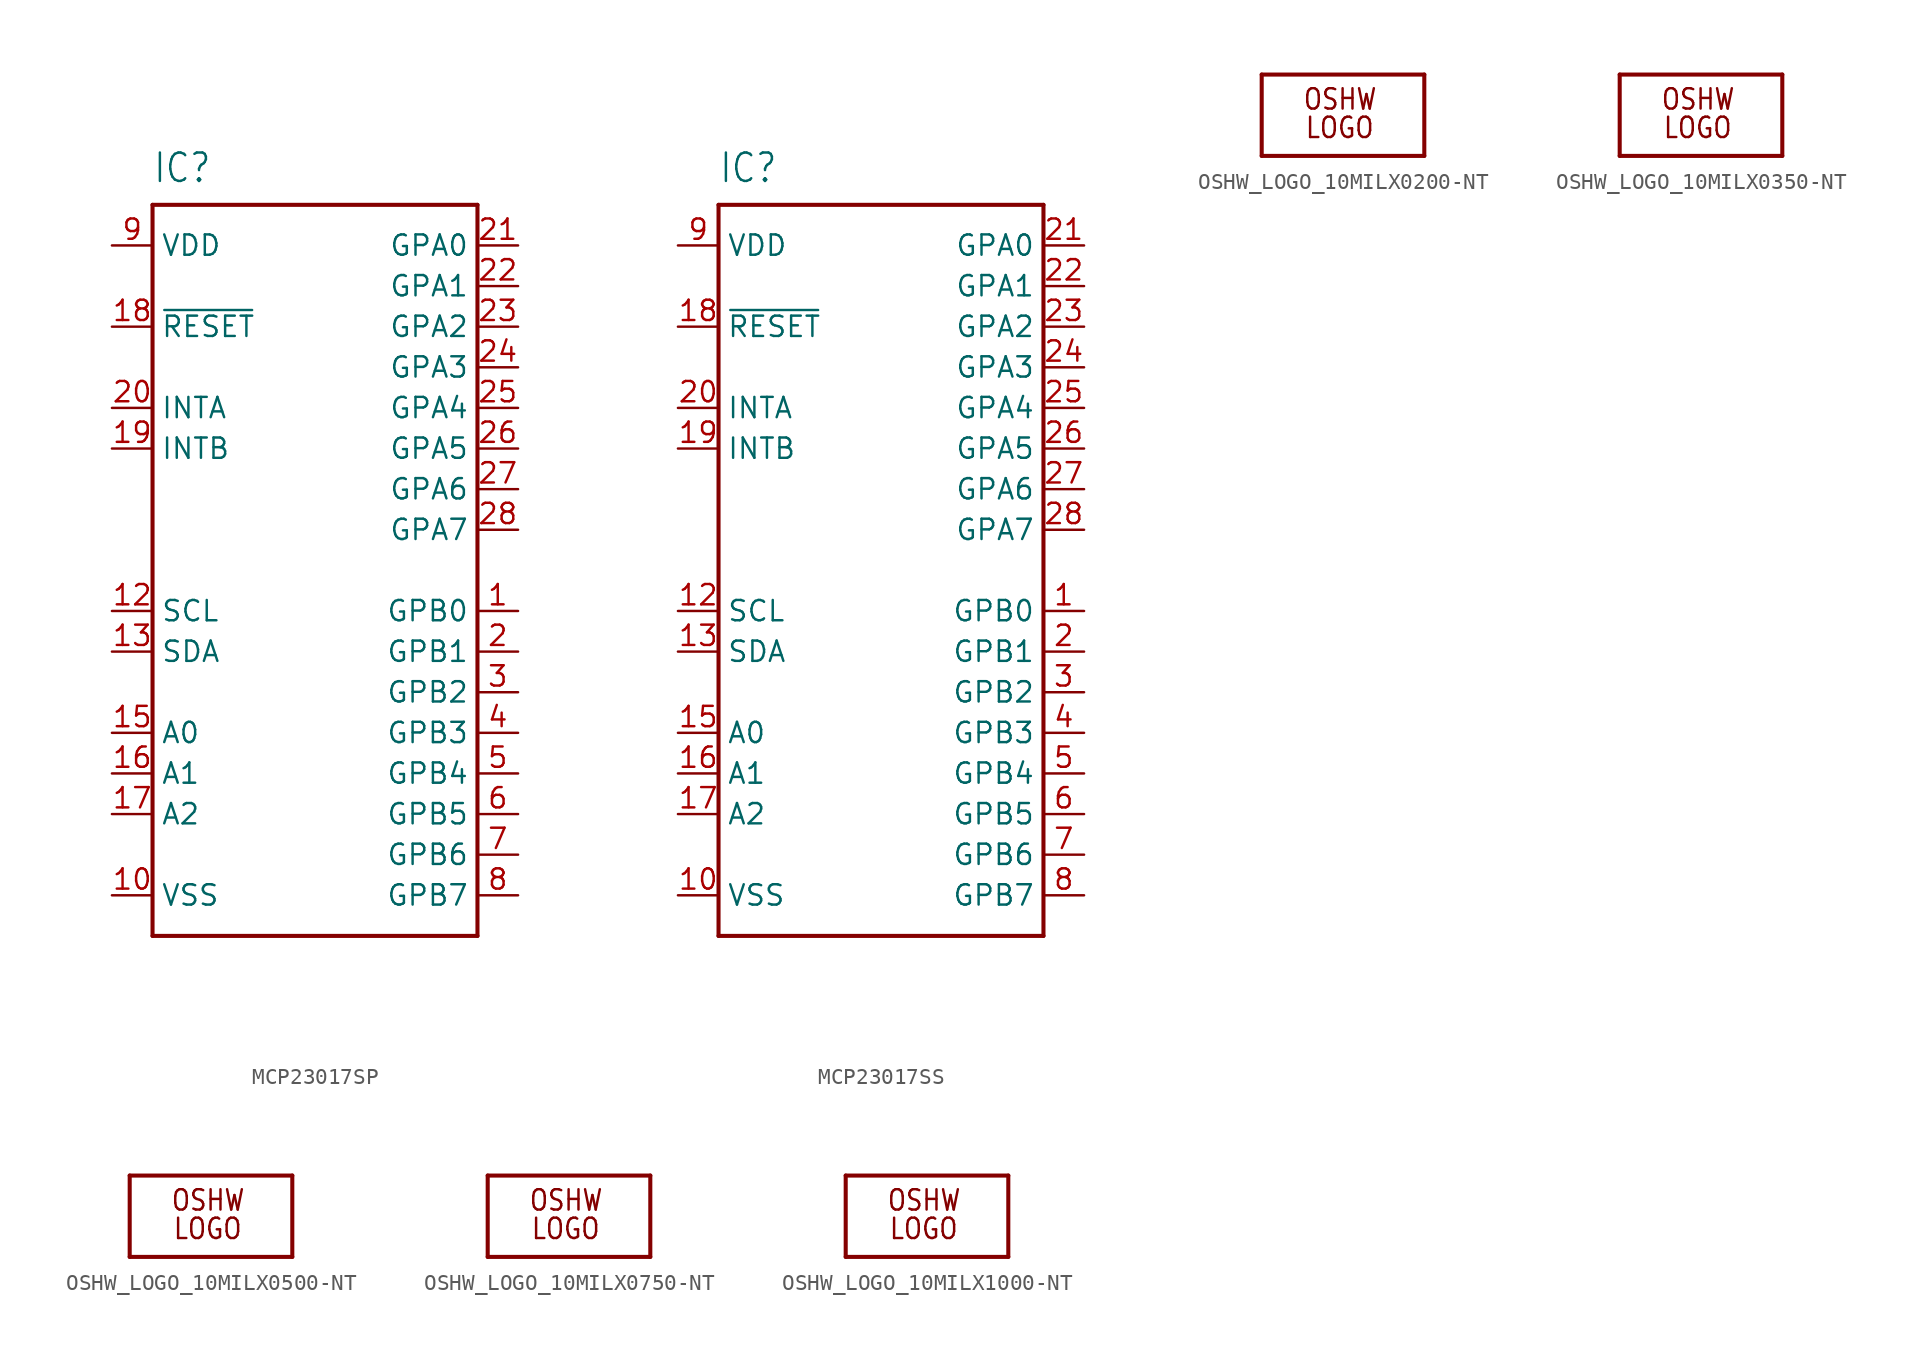
<source format=kicad_sym>
(kicad_symbol_lib
  (version 20220914)
  (generator kicad_symbol_editor)
  (symbol "MCP23017SP"
    (property "Reference" "IC"
      (at -10.16 24.13 0)
      (effects (font (size 1.778 1.511)) (justify left bottom)))
    (property "Value" ""
      (at -10.16 -25.4 0)
      (effects (font (size 1.778 1.511)) (justify left bottom)))
    (property "ki_locked" ""
      (at 0 0 0)
      (effects (font (size 1.27 1.27))))
    (symbol "MCP23017SP_1_0"
      (polyline (pts (xy -10.16 -22.86) (xy -10.16 22.86)) (stroke (width 0.254) (type solid)) (fill (type none)))
      (polyline (pts (xy -10.16 22.86) (xy 10.16 22.86)) (stroke (width 0.254) (type solid)) (fill (type none)))
      (polyline (pts (xy 10.16 -22.86) (xy -10.16 -22.86)) (stroke (width 0.254) (type solid)) (fill (type none)))
      (polyline (pts (xy 10.16 22.86) (xy 10.16 -22.86)) (stroke (width 0.254) (type solid)) (fill (type none)))
      (pin bidirectional line (at 12.7 -2.54 180) (length 2.54) (name "GPB0" (effects (font (size 1.27 1.27)))) (number "1" (effects (font (size 1.27 1.27)))))
      (pin power_in line (at -12.7 -20.32 0) (length 2.54) (name "VSS" (effects (font (size 1.27 1.27)))) (number "10" (effects (font (size 1.27 1.27)))))
      (pin input line (at -12.7 -2.54 0) (length 2.54) (name "SCL" (effects (font (size 1.27 1.27)))) (number "12" (effects (font (size 1.27 1.27)))))
      (pin bidirectional line (at -12.7 -5.08 0) (length 2.54) (name "SDA" (effects (font (size 1.27 1.27)))) (number "13" (effects (font (size 1.27 1.27)))))
      (pin input line (at -12.7 -10.16 0) (length 2.54) (name "A0" (effects (font (size 1.27 1.27)))) (number "15" (effects (font (size 1.27 1.27)))))
      (pin input line (at -12.7 -12.7 0) (length 2.54) (name "A1" (effects (font (size 1.27 1.27)))) (number "16" (effects (font (size 1.27 1.27)))))
      (pin input line (at -12.7 -15.24 0) (length 2.54) (name "A2" (effects (font (size 1.27 1.27)))) (number "17" (effects (font (size 1.27 1.27)))))
      (pin input line (at -12.7 15.24 0) (length 2.54) (name "~{RESET}" (effects (font (size 1.27 1.27)))) (number "18" (effects (font (size 1.27 1.27)))))
      (pin output line (at -12.7 7.62 0) (length 2.54) (name "INTB" (effects (font (size 1.27 1.27)))) (number "19" (effects (font (size 1.27 1.27)))))
      (pin bidirectional line (at 12.7 -5.08 180) (length 2.54) (name "GPB1" (effects (font (size 1.27 1.27)))) (number "2" (effects (font (size 1.27 1.27)))))
      (pin output line (at -12.7 10.16 0) (length 2.54) (name "INTA" (effects (font (size 1.27 1.27)))) (number "20" (effects (font (size 1.27 1.27)))))
      (pin bidirectional line (at 12.7 20.32 180) (length 2.54) (name "GPA0" (effects (font (size 1.27 1.27)))) (number "21" (effects (font (size 1.27 1.27)))))
      (pin bidirectional line (at 12.7 17.78 180) (length 2.54) (name "GPA1" (effects (font (size 1.27 1.27)))) (number "22" (effects (font (size 1.27 1.27)))))
      (pin bidirectional line (at 12.7 15.24 180) (length 2.54) (name "GPA2" (effects (font (size 1.27 1.27)))) (number "23" (effects (font (size 1.27 1.27)))))
      (pin bidirectional line (at 12.7 12.7 180) (length 2.54) (name "GPA3" (effects (font (size 1.27 1.27)))) (number "24" (effects (font (size 1.27 1.27)))))
      (pin bidirectional line (at 12.7 10.16 180) (length 2.54) (name "GPA4" (effects (font (size 1.27 1.27)))) (number "25" (effects (font (size 1.27 1.27)))))
      (pin bidirectional line (at 12.7 7.62 180) (length 2.54) (name "GPA5" (effects (font (size 1.27 1.27)))) (number "26" (effects (font (size 1.27 1.27)))))
      (pin bidirectional line (at 12.7 5.08 180) (length 2.54) (name "GPA6" (effects (font (size 1.27 1.27)))) (number "27" (effects (font (size 1.27 1.27)))))
      (pin bidirectional line (at 12.7 2.54 180) (length 2.54) (name "GPA7" (effects (font (size 1.27 1.27)))) (number "28" (effects (font (size 1.27 1.27)))))
      (pin bidirectional line (at 12.7 -7.62 180) (length 2.54) (name "GPB2" (effects (font (size 1.27 1.27)))) (number "3" (effects (font (size 1.27 1.27)))))
      (pin bidirectional line (at 12.7 -10.16 180) (length 2.54) (name "GPB3" (effects (font (size 1.27 1.27)))) (number "4" (effects (font (size 1.27 1.27)))))
      (pin bidirectional line (at 12.7 -12.7 180) (length 2.54) (name "GPB4" (effects (font (size 1.27 1.27)))) (number "5" (effects (font (size 1.27 1.27)))))
      (pin bidirectional line (at 12.7 -15.24 180) (length 2.54) (name "GPB5" (effects (font (size 1.27 1.27)))) (number "6" (effects (font (size 1.27 1.27)))))
      (pin bidirectional line (at 12.7 -17.78 180) (length 2.54) (name "GPB6" (effects (font (size 1.27 1.27)))) (number "7" (effects (font (size 1.27 1.27)))))
      (pin bidirectional line (at 12.7 -20.32 180) (length 2.54) (name "GPB7" (effects (font (size 1.27 1.27)))) (number "8" (effects (font (size 1.27 1.27)))))
      (pin power_in line (at -12.7 20.32 0) (length 2.54) (name "VDD" (effects (font (size 1.27 1.27)))) (number "9" (effects (font (size 1.27 1.27)))))))
  (symbol "MCP23017SS"
    (property "Reference" "IC"
      (at -10.16 24.13 0)
      (effects (font (size 1.778 1.511)) (justify left bottom)))
    (property "Value" ""
      (at -10.16 -25.4 0)
      (effects (font (size 1.778 1.511)) (justify left bottom)))
    (property "ki_locked" ""
      (at 0 0 0)
      (effects (font (size 1.27 1.27))))
    (symbol "MCP23017SS_1_0"
      (polyline (pts (xy -10.16 -22.86) (xy -10.16 22.86)) (stroke (width 0.254) (type solid)) (fill (type none)))
      (polyline (pts (xy -10.16 22.86) (xy 10.16 22.86)) (stroke (width 0.254) (type solid)) (fill (type none)))
      (polyline (pts (xy 10.16 -22.86) (xy -10.16 -22.86)) (stroke (width 0.254) (type solid)) (fill (type none)))
      (polyline (pts (xy 10.16 22.86) (xy 10.16 -22.86)) (stroke (width 0.254) (type solid)) (fill (type none)))
      (pin bidirectional line (at 12.7 -2.54 180) (length 2.54) (name "GPB0" (effects (font (size 1.27 1.27)))) (number "1" (effects (font (size 1.27 1.27)))))
      (pin power_in line (at -12.7 -20.32 0) (length 2.54) (name "VSS" (effects (font (size 1.27 1.27)))) (number "10" (effects (font (size 1.27 1.27)))))
      (pin input line (at -12.7 -2.54 0) (length 2.54) (name "SCL" (effects (font (size 1.27 1.27)))) (number "12" (effects (font (size 1.27 1.27)))))
      (pin bidirectional line (at -12.7 -5.08 0) (length 2.54) (name "SDA" (effects (font (size 1.27 1.27)))) (number "13" (effects (font (size 1.27 1.27)))))
      (pin input line (at -12.7 -10.16 0) (length 2.54) (name "A0" (effects (font (size 1.27 1.27)))) (number "15" (effects (font (size 1.27 1.27)))))
      (pin input line (at -12.7 -12.7 0) (length 2.54) (name "A1" (effects (font (size 1.27 1.27)))) (number "16" (effects (font (size 1.27 1.27)))))
      (pin input line (at -12.7 -15.24 0) (length 2.54) (name "A2" (effects (font (size 1.27 1.27)))) (number "17" (effects (font (size 1.27 1.27)))))
      (pin input line (at -12.7 15.24 0) (length 2.54) (name "~{RESET}" (effects (font (size 1.27 1.27)))) (number "18" (effects (font (size 1.27 1.27)))))
      (pin output line (at -12.7 7.62 0) (length 2.54) (name "INTB" (effects (font (size 1.27 1.27)))) (number "19" (effects (font (size 1.27 1.27)))))
      (pin bidirectional line (at 12.7 -5.08 180) (length 2.54) (name "GPB1" (effects (font (size 1.27 1.27)))) (number "2" (effects (font (size 1.27 1.27)))))
      (pin output line (at -12.7 10.16 0) (length 2.54) (name "INTA" (effects (font (size 1.27 1.27)))) (number "20" (effects (font (size 1.27 1.27)))))
      (pin bidirectional line (at 12.7 20.32 180) (length 2.54) (name "GPA0" (effects (font (size 1.27 1.27)))) (number "21" (effects (font (size 1.27 1.27)))))
      (pin bidirectional line (at 12.7 17.78 180) (length 2.54) (name "GPA1" (effects (font (size 1.27 1.27)))) (number "22" (effects (font (size 1.27 1.27)))))
      (pin bidirectional line (at 12.7 15.24 180) (length 2.54) (name "GPA2" (effects (font (size 1.27 1.27)))) (number "23" (effects (font (size 1.27 1.27)))))
      (pin bidirectional line (at 12.7 12.7 180) (length 2.54) (name "GPA3" (effects (font (size 1.27 1.27)))) (number "24" (effects (font (size 1.27 1.27)))))
      (pin bidirectional line (at 12.7 10.16 180) (length 2.54) (name "GPA4" (effects (font (size 1.27 1.27)))) (number "25" (effects (font (size 1.27 1.27)))))
      (pin bidirectional line (at 12.7 7.62 180) (length 2.54) (name "GPA5" (effects (font (size 1.27 1.27)))) (number "26" (effects (font (size 1.27 1.27)))))
      (pin bidirectional line (at 12.7 5.08 180) (length 2.54) (name "GPA6" (effects (font (size 1.27 1.27)))) (number "27" (effects (font (size 1.27 1.27)))))
      (pin bidirectional line (at 12.7 2.54 180) (length 2.54) (name "GPA7" (effects (font (size 1.27 1.27)))) (number "28" (effects (font (size 1.27 1.27)))))
      (pin bidirectional line (at 12.7 -7.62 180) (length 2.54) (name "GPB2" (effects (font (size 1.27 1.27)))) (number "3" (effects (font (size 1.27 1.27)))))
      (pin bidirectional line (at 12.7 -10.16 180) (length 2.54) (name "GPB3" (effects (font (size 1.27 1.27)))) (number "4" (effects (font (size 1.27 1.27)))))
      (pin bidirectional line (at 12.7 -12.7 180) (length 2.54) (name "GPB4" (effects (font (size 1.27 1.27)))) (number "5" (effects (font (size 1.27 1.27)))))
      (pin bidirectional line (at 12.7 -15.24 180) (length 2.54) (name "GPB5" (effects (font (size 1.27 1.27)))) (number "6" (effects (font (size 1.27 1.27)))))
      (pin bidirectional line (at 12.7 -17.78 180) (length 2.54) (name "GPB6" (effects (font (size 1.27 1.27)))) (number "7" (effects (font (size 1.27 1.27)))))
      (pin bidirectional line (at 12.7 -20.32 180) (length 2.54) (name "GPB7" (effects (font (size 1.27 1.27)))) (number "8" (effects (font (size 1.27 1.27)))))
      (pin power_in line (at -12.7 20.32 0) (length 2.54) (name "VDD" (effects (font (size 1.27 1.27)))) (number "9" (effects (font (size 1.27 1.27)))))))
  (symbol "OSHW_LOGO_10MILX0200-NT"
    (property "Reference" "LOGO"
      (at 0 0 0)
      (effects (font (size 1.27 1.27)) hide))
    (property "ki_locked" ""
      (at 0 0 0)
      (effects (font (size 1.27 1.27))))
    (symbol "OSHW_LOGO_10MILX0200-NT_1_0"
      (polyline (pts (xy -5.08 -2.54) (xy -5.08 2.54)) (stroke (width 0.254) (type solid)) (fill (type none)))
      (polyline (pts (xy -5.08 2.54) (xy 5.08 2.54)) (stroke (width 0.254) (type solid)) (fill (type none)))
      (polyline (pts (xy 5.08 -2.54) (xy -5.08 -2.54)) (stroke (width 0.254) (type solid)) (fill (type none)))
      (polyline (pts (xy 5.08 2.54) (xy 5.08 -2.54)) (stroke (width 0.254) (type solid)) (fill (type none)))
      (text "LOGO" (at -2.413 -1.524 0) (effects (font (size 1.27 1.079)) (justify left bottom)))
      (text "OSHW" (at -2.54 0.254 0) (effects (font (size 1.27 1.079)) (justify left bottom)))))
  (symbol "OSHW_LOGO_10MILX0350-NT"
    (property "Reference" "LOGO"
      (at 0 0 0)
      (effects (font (size 1.27 1.27)) hide))
    (property "ki_locked" ""
      (at 0 0 0)
      (effects (font (size 1.27 1.27))))
    (symbol "OSHW_LOGO_10MILX0350-NT_1_0"
      (polyline (pts (xy -5.08 -2.54) (xy -5.08 2.54)) (stroke (width 0.254) (type solid)) (fill (type none)))
      (polyline (pts (xy -5.08 2.54) (xy 5.08 2.54)) (stroke (width 0.254) (type solid)) (fill (type none)))
      (polyline (pts (xy 5.08 -2.54) (xy -5.08 -2.54)) (stroke (width 0.254) (type solid)) (fill (type none)))
      (polyline (pts (xy 5.08 2.54) (xy 5.08 -2.54)) (stroke (width 0.254) (type solid)) (fill (type none)))
      (text "LOGO" (at -2.413 -1.524 0) (effects (font (size 1.27 1.079)) (justify left bottom)))
      (text "OSHW" (at -2.54 0.254 0) (effects (font (size 1.27 1.079)) (justify left bottom)))))
  (symbol "OSHW_LOGO_10MILX0500-NT"
    (property "Reference" "LOGO"
      (at 0 0 0)
      (effects (font (size 1.27 1.27)) hide))
    (property "ki_locked" ""
      (at 0 0 0)
      (effects (font (size 1.27 1.27))))
    (symbol "OSHW_LOGO_10MILX0500-NT_1_0"
      (polyline (pts (xy -5.08 -2.54) (xy -5.08 2.54)) (stroke (width 0.254) (type solid)) (fill (type none)))
      (polyline (pts (xy -5.08 2.54) (xy 5.08 2.54)) (stroke (width 0.254) (type solid)) (fill (type none)))
      (polyline (pts (xy 5.08 -2.54) (xy -5.08 -2.54)) (stroke (width 0.254) (type solid)) (fill (type none)))
      (polyline (pts (xy 5.08 2.54) (xy 5.08 -2.54)) (stroke (width 0.254) (type solid)) (fill (type none)))
      (text "LOGO" (at -2.413 -1.524 0) (effects (font (size 1.27 1.079)) (justify left bottom)))
      (text "OSHW" (at -2.54 0.254 0) (effects (font (size 1.27 1.079)) (justify left bottom)))))
  (symbol "OSHW_LOGO_10MILX0750-NT"
    (property "Reference" "LOGO"
      (at 0 0 0)
      (effects (font (size 1.27 1.27)) hide))
    (property "ki_locked" ""
      (at 0 0 0)
      (effects (font (size 1.27 1.27))))
    (symbol "OSHW_LOGO_10MILX0750-NT_1_0"
      (polyline (pts (xy -5.08 -2.54) (xy -5.08 2.54)) (stroke (width 0.254) (type solid)) (fill (type none)))
      (polyline (pts (xy -5.08 2.54) (xy 5.08 2.54)) (stroke (width 0.254) (type solid)) (fill (type none)))
      (polyline (pts (xy 5.08 -2.54) (xy -5.08 -2.54)) (stroke (width 0.254) (type solid)) (fill (type none)))
      (polyline (pts (xy 5.08 2.54) (xy 5.08 -2.54)) (stroke (width 0.254) (type solid)) (fill (type none)))
      (text "LOGO" (at -2.413 -1.524 0) (effects (font (size 1.27 1.079)) (justify left bottom)))
      (text "OSHW" (at -2.54 0.254 0) (effects (font (size 1.27 1.079)) (justify left bottom)))))
  (symbol "OSHW_LOGO_10MILX1000-NT"
    (property "Reference" "LOGO"
      (at 0 0 0)
      (effects (font (size 1.27 1.27)) hide))
    (property "ki_locked" ""
      (at 0 0 0)
      (effects (font (size 1.27 1.27))))
    (symbol "OSHW_LOGO_10MILX1000-NT_1_0"
      (polyline (pts (xy -5.08 -2.54) (xy -5.08 2.54)) (stroke (width 0.254) (type solid)) (fill (type none)))
      (polyline (pts (xy -5.08 2.54) (xy 5.08 2.54)) (stroke (width 0.254) (type solid)) (fill (type none)))
      (polyline (pts (xy 5.08 -2.54) (xy -5.08 -2.54)) (stroke (width 0.254) (type solid)) (fill (type none)))
      (polyline (pts (xy 5.08 2.54) (xy 5.08 -2.54)) (stroke (width 0.254) (type solid)) (fill (type none)))
      (text "LOGO" (at -2.413 -1.524 0) (effects (font (size 1.27 1.079)) (justify left bottom)))
      (text "OSHW" (at -2.54 0.254 0) (effects (font (size 1.27 1.079)) (justify left bottom))))))
</source>
